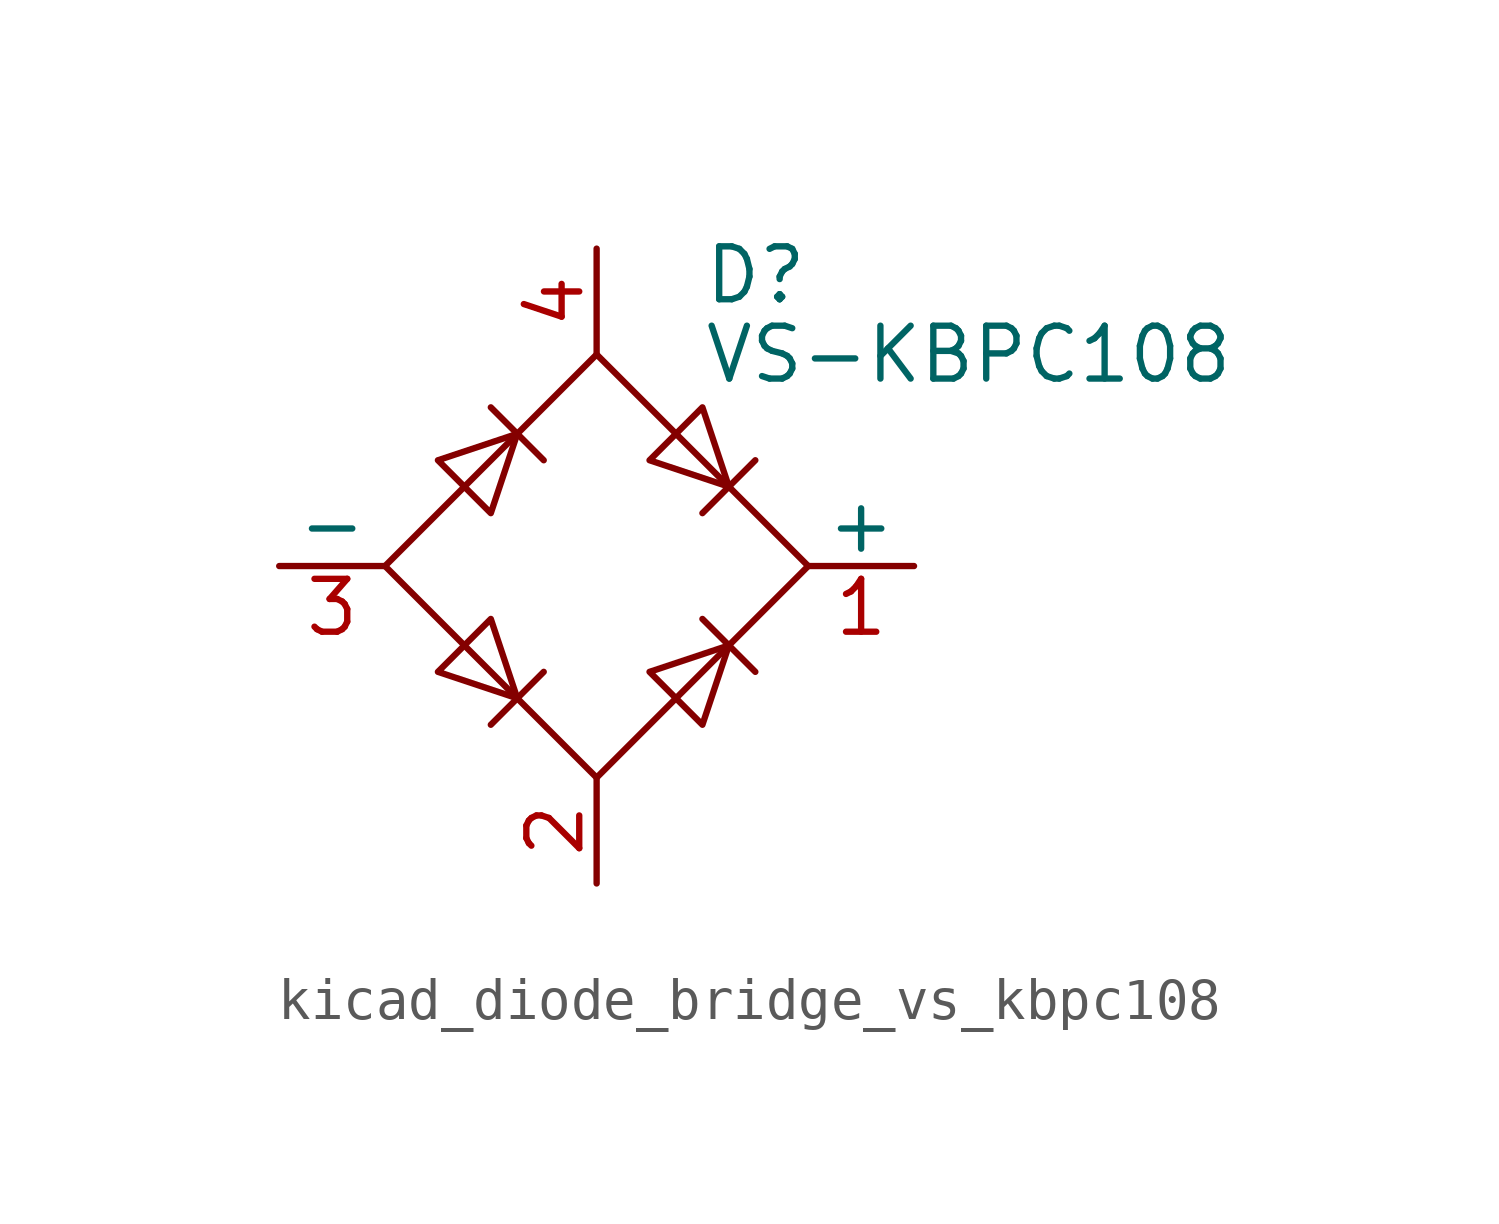
<source format=kicad_sym>
(kicad_symbol_lib
  (version 20220914)
  (generator kicad_symbol_editor)
  (symbol "kicad_diode_bridge_vs_kbpc108"
    (pin_names
      (offset 0))
    (property "Reference" "D"
      (at 2.54 6.985 0)
      (effects (font (size 1.27 1.27)) (justify left)))
    (property "Value" "VS-KBPC108"
      (at 2.54 5.08 0)
      (effects (font (size 1.27 1.27)) (justify left)))
    (symbol "kicad_diode_bridge_vs_kbpc108_0_1"
      (polyline (pts (xy -2.54 3.81) (xy -1.27 2.54)) (stroke (width 0) (type default)) (fill (type none)))
      (polyline (pts (xy -1.27 -2.54) (xy -2.54 -3.81)) (stroke (width 0) (type default)) (fill (type none)))
      (polyline (pts (xy 2.54 -1.27) (xy 3.81 -2.54)) (stroke (width 0) (type default)) (fill (type none)))
      (polyline (pts (xy 2.54 1.27) (xy 3.81 2.54)) (stroke (width 0) (type default)) (fill (type none)))
      (polyline (pts (xy -3.81 2.54) (xy -2.54 1.27) (xy -1.905 3.175) (xy -3.81 2.54)) (stroke (width 0) (type default)) (fill (type none)))
      (polyline (pts (xy -2.54 -1.27) (xy -3.81 -2.54) (xy -1.905 -3.175) (xy -2.54 -1.27)) (stroke (width 0) (type default)) (fill (type none)))
      (polyline (pts (xy 1.27 2.54) (xy 2.54 3.81) (xy 3.175 1.905) (xy 1.27 2.54)) (stroke (width 0) (type default)) (fill (type none)))
      (polyline (pts (xy 3.175 -1.905) (xy 1.27 -2.54) (xy 2.54 -3.81) (xy 3.175 -1.905)) (stroke (width 0) (type default)) (fill (type none)))
      (polyline (pts (xy -5.08 0) (xy 0 -5.08) (xy 5.08 0) (xy 0 5.08) (xy -5.08 0)) (stroke (width 0) (type default)) (fill (type none))))
    (symbol "kicad_diode_bridge_vs_kbpc108_1_1"
      (pin passive line (at 7.62 0 180) (length 2.54) (name "+" (effects (font (size 1.27 1.27)))) (number "1" (effects (font (size 1.27 1.27)))))
      (pin passive line (at 0 -7.62 90) (length 2.54) (name "~" (effects (font (size 1.27 1.27)))) (number "2" (effects (font (size 1.27 1.27)))))
      (pin passive line (at -7.62 0 0) (length 2.54) (name "-" (effects (font (size 1.27 1.27)))) (number "3" (effects (font (size 1.27 1.27)))))
      (pin passive line (at 0 7.62 270) (length 2.54) (name "~" (effects (font (size 1.27 1.27)))) (number "4" (effects (font (size 1.27 1.27))))))))
</source>
